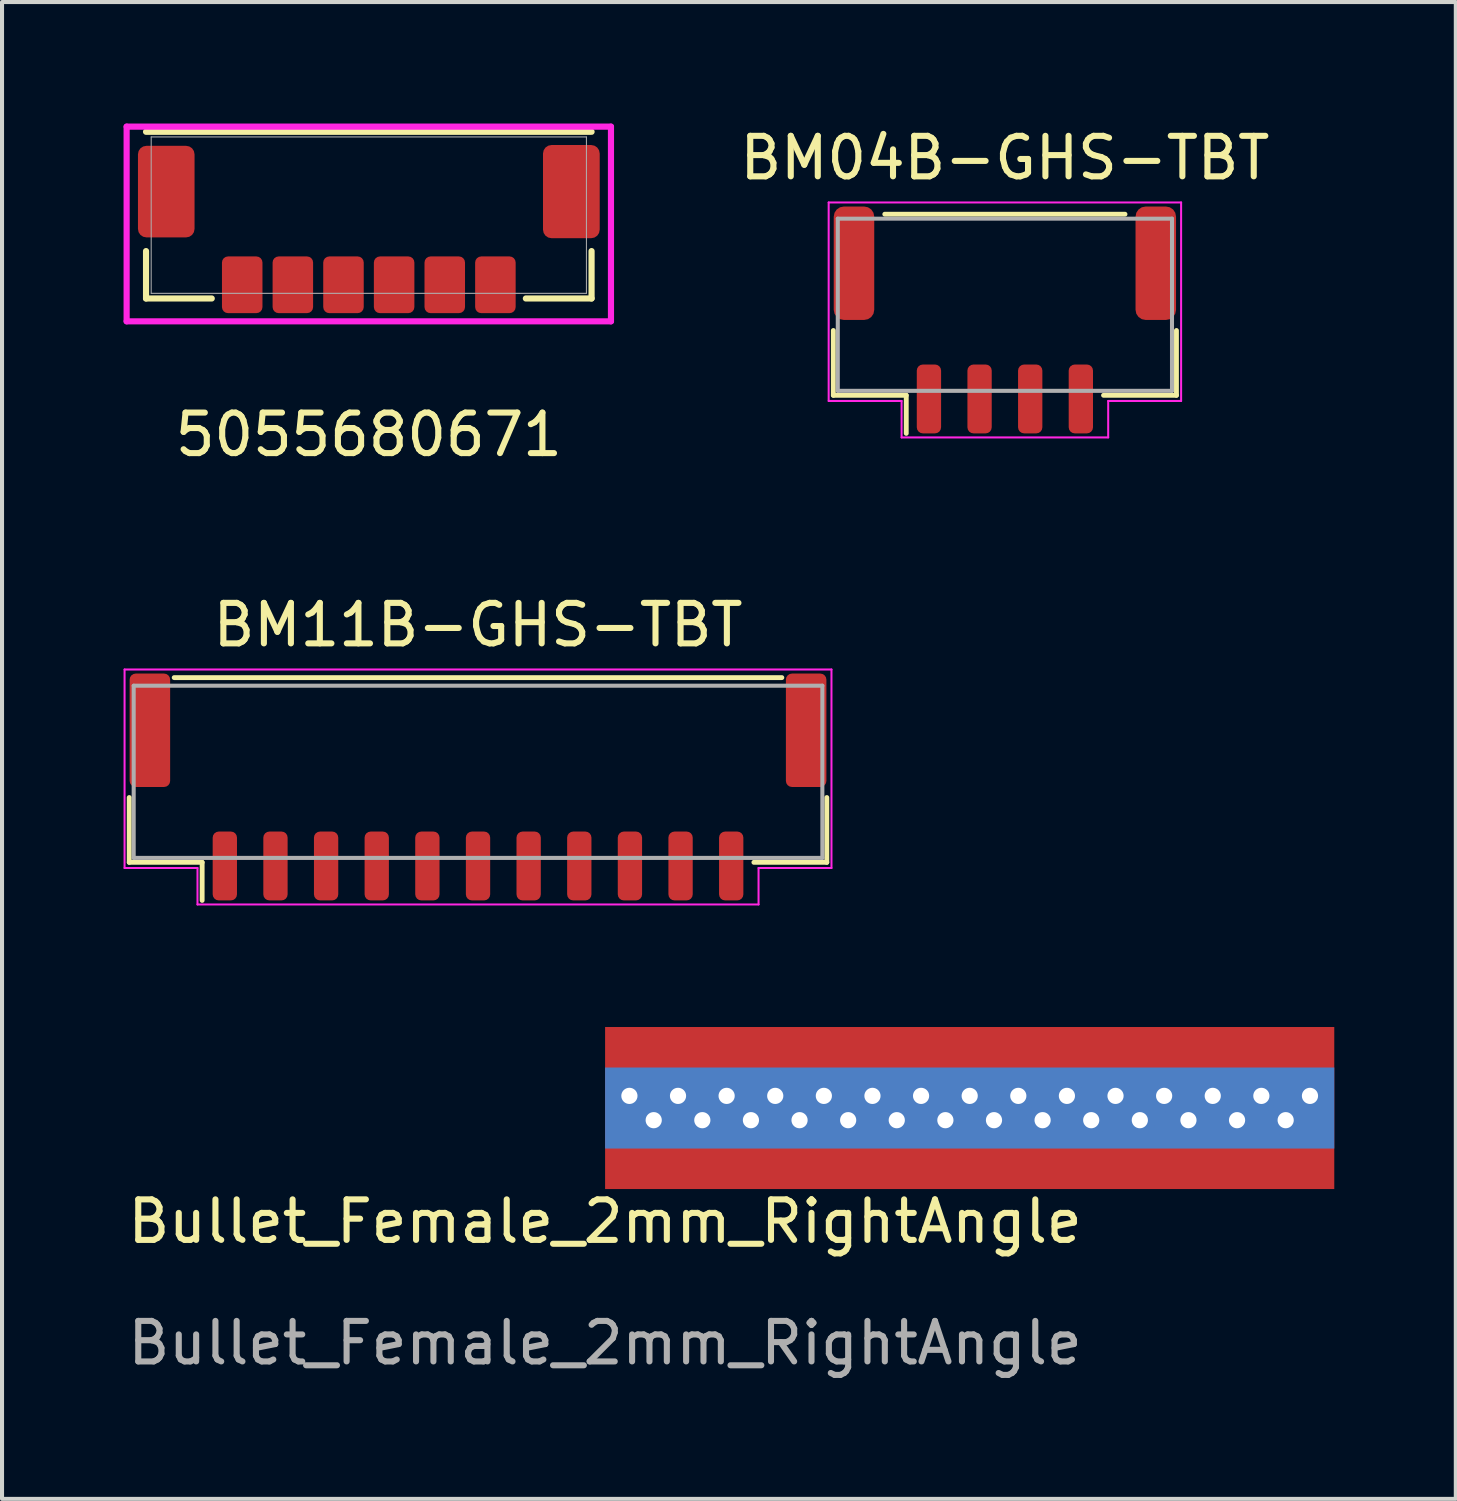
<source format=kicad_pcb>
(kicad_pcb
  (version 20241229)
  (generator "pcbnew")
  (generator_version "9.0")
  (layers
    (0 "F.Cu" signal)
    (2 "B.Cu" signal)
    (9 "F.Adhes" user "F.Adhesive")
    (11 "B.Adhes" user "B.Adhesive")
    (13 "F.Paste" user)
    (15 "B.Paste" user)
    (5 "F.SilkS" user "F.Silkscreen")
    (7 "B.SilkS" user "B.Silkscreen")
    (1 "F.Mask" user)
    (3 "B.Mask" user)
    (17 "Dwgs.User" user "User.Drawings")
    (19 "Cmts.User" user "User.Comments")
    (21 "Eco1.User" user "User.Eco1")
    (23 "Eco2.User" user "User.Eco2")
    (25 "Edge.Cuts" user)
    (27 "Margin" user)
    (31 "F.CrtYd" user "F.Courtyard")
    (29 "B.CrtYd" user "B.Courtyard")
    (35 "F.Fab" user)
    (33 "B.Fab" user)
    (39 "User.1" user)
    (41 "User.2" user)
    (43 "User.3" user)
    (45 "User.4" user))
  (footprint "Bullet_Female_2mm_RightAngle"
    (layer "F.Cu")
    (at 11.887 24.302)
    (property "Reference" "Bullet_Female_2mm_RightAngle" (at 0 2.8 0) (unlocked yes) (layer "F.SilkS") (effects (font (size 1 1) (thickness 0.15))))
    (attr smd)
    (fp_text user "${REFERENCE}" (at 0 5.8 0) (unlocked yes) (layer "F.Fab") (effects (font (size 1 1) (thickness 0.15))))
    (pad "1" thru_hole circle (at 0.6 -0.3) (size 0.8 0.8) (drill 0.4) (layers "*.Cu"))
    (pad "1" thru_hole circle (at 1.2 0.3) (size 0.8 0.8) (drill 0.4) (layers "*.Cu"))
    (pad "1" thru_hole circle (at 1.8 -0.3) (size 0.8 0.8) (drill 0.4) (layers "*.Cu"))
    (pad "1" thru_hole circle (at 2.4 0.3) (size 0.8 0.8) (drill 0.4) (layers "*.Cu"))
    (pad "1" thru_hole circle (at 3 -0.3) (size 0.8 0.8) (drill 0.4) (layers "*.Cu"))
    (pad "1" thru_hole circle (at 3.6 0.3) (size 0.8 0.8) (drill 0.4) (layers "*.Cu"))
    (pad "1" thru_hole circle (at 4.2 -0.3) (size 0.8 0.8) (drill 0.4) (layers "*.Cu"))
    (pad "1" thru_hole circle (at 4.8 0.3) (size 0.8 0.8) (drill 0.4) (layers "*.Cu"))
    (pad "1" thru_hole circle (at 5.4 -0.3) (size 0.8 0.8) (drill 0.4) (layers "*.Cu"))
    (pad "1" thru_hole circle (at 6 0.3) (size 0.8 0.8) (drill 0.4) (layers "*.Cu"))
    (pad "1" thru_hole circle (at 6.6 -0.3) (size 0.8 0.8) (drill 0.4) (layers "*.Cu"))
    (pad "1" thru_hole circle (at 7.2 0.3) (size 0.8 0.8) (drill 0.4) (layers "*.Cu"))
    (pad "1" thru_hole circle (at 7.8 -0.3) (size 0.8 0.8) (drill 0.4) (layers "*.Cu"))
    (pad "1" thru_hole circle (at 8.4 0.3) (size 0.8 0.8) (drill 0.4) (layers "*.Cu"))
    (pad "1" thru_hole circle (at 9 -0.3) (size 0.8 0.8) (drill 0.4) (layers "*.Cu"))
    (pad "1" smd rect (at 9 0) (size 18 2) (layers "B.Cu"))
    (pad "1" smd rect (at 9 0) (size 18 4) (layers "F.Cu" "F.Mask" "F.Paste"))
    (pad "1" thru_hole circle (at 9.6 0.3) (size 0.8 0.8) (drill 0.4) (layers "*.Cu"))
    (pad "1" thru_hole circle (at 10.2 -0.3) (size 0.8 0.8) (drill 0.4) (layers "*.Cu"))
    (pad "1" thru_hole circle (at 10.8 0.3) (size 0.8 0.8) (drill 0.4) (layers "*.Cu"))
    (pad "1" thru_hole circle (at 11.4 -0.3) (size 0.8 0.8) (drill 0.4) (layers "*.Cu"))
    (pad "1" thru_hole circle (at 12 0.3) (size 0.8 0.8) (drill 0.4) (layers "*.Cu"))
    (pad "1" thru_hole circle (at 12.6 -0.3) (size 0.8 0.8) (drill 0.4) (layers "*.Cu"))
    (pad "1" thru_hole circle (at 13.2 0.3) (size 0.8 0.8) (drill 0.4) (layers "*.Cu"))
    (pad "1" thru_hole circle (at 13.8 -0.3) (size 0.8 0.8) (drill 0.4) (layers "*.Cu"))
    (pad "1" thru_hole circle (at 14.4 0.3) (size 0.8 0.8) (drill 0.4) (layers "*.Cu"))
    (pad "1" thru_hole circle (at 15 -0.3) (size 0.8 0.8) (drill 0.4) (layers "*.Cu"))
    (pad "1" thru_hole circle (at 15.6 0.3) (size 0.8 0.8) (drill 0.4) (layers "*.Cu"))
    (pad "1" thru_hole circle (at 16.2 -0.3) (size 0.8 0.8) (drill 0.4) (layers "*.Cu"))
    (pad "1" thru_hole circle (at 16.8 0.3) (size 0.8 0.8) (drill 0.4) (layers "*.Cu"))
    (pad "1" thru_hole circle (at 17.4 -0.3) (size 0.8 0.8) (drill 0.4) (layers "*.Cu")))
  (footprint "BM04B-GHS-TBT"
    (layer "F.Cu")
    (at 21.756 4.848)
    (property "Reference" "BM04B-GHS-TBT" (at 0 -4 0) (layer "F.SilkS") (effects (font (size 1 1) (thickness 0.15))))
    (attr smd)
    (fp_line (start -4.235 0.26) (end -4.235 1.86) (stroke (width 0.12) (type solid)) (layer "F.SilkS"))
    (fp_line (start -4.235 1.86) (end -2.435 1.86) (stroke (width 0.12) (type solid)) (layer "F.SilkS"))
    (fp_line (start -2.965 -2.61) (end 2.965 -2.61) (stroke (width 0.12) (type solid)) (layer "F.SilkS"))
    (fp_line (start -2.435 1.86) (end -2.435 2.8) (stroke (width 0.12) (type solid)) (layer "F.SilkS"))
    (fp_line (start 4.235 0.26) (end 4.235 1.86) (stroke (width 0.12) (type solid)) (layer "F.SilkS"))
    (fp_line (start 4.235 1.86) (end 2.435 1.86) (stroke (width 0.12) (type solid)) (layer "F.SilkS"))
    (fp_line (start -4.35 -2.9) (end -4.35 2) (stroke (width 0.05) (type solid)) (layer "F.CrtYd"))
    (fp_line (start -4.35 2) (end -2.55 2) (stroke (width 0.05) (type solid)) (layer "F.CrtYd"))
    (fp_line (start -2.55 2) (end -2.55 2.9) (stroke (width 0.05) (type solid)) (layer "F.CrtYd"))
    (fp_line (start -2.55 2.9) (end 2.55 2.9) (stroke (width 0.05) (type solid)) (layer "F.CrtYd"))
    (fp_line (start 2.55 2) (end 4.35 2) (stroke (width 0.05) (type solid)) (layer "F.CrtYd"))
    (fp_line (start 2.55 2.9) (end 2.55 2) (stroke (width 0.05) (type solid)) (layer "F.CrtYd"))
    (fp_line (start 4.35 -2.9) (end -4.35 -2.9) (stroke (width 0.05) (type solid)) (layer "F.CrtYd"))
    (fp_line (start 4.35 2) (end 4.35 -2.9) (stroke (width 0.05) (type solid)) (layer "F.CrtYd"))
    (fp_line (start -4.125 -2.5) (end 4.125 -2.5) (stroke (width 0.1) (type solid)) (layer "F.Fab"))
    (fp_line (start -4.125 1.75) (end -4.125 -2.5) (stroke (width 0.1) (type solid)) (layer "F.Fab"))
    (fp_line (start -4.125 1.75) (end 4.125 1.75) (stroke (width 0.1) (type solid)) (layer "F.Fab"))
    (fp_line (start 4.125 1.75) (end 4.125 -2.5) (stroke (width 0.1) (type solid)) (layer "F.Fab"))
    (pad "1" smd roundrect (at -1.875 1.95) (size 0.6 1.7) (layers "F.Cu" "F.Mask" "F.Paste") (roundrect_rratio 0.25))
    (pad "2" smd roundrect (at -0.625 1.95) (size 0.6 1.7) (layers "F.Cu" "F.Mask" "F.Paste") (roundrect_rratio 0.25))
    (pad "3" smd roundrect (at 0.625 1.95) (size 0.6 1.7) (layers "F.Cu" "F.Mask" "F.Paste") (roundrect_rratio 0.25))
    (pad "4" smd roundrect (at 1.875 1.95) (size 0.6 1.7) (layers "F.Cu" "F.Mask" "F.Paste") (roundrect_rratio 0.25))
    (pad "MP" smd roundrect (at -3.725 -1.4) (size 1 2.8) (layers "F.Cu" "F.Mask" "F.Paste") (roundrect_rratio 0.25))
    (pad "MP" smd roundrect (at 3.725 -1.4) (size 1 2.8) (layers "F.Cu" "F.Mask" "F.Paste") (roundrect_rratio 0.25)))
  (footprint "5055680671"
    (layer "F.Cu")
    (at 6.054 3.98)
    (property "Reference" "5055680671" (at 0 3.7 0) (unlocked yes) (layer "F.SilkS") (effects (font (size 1 1) (thickness 0.15))))
    (attr smd)
    (fp_line (start -5.499 -0.832) (end -5.499 0.338) (stroke (width 0.152) (type solid)) (layer "F.SilkS"))
    (fp_line (start -5.499 0.338) (end -3.877 0.338) (stroke (width 0.152) (type solid)) (layer "F.SilkS"))
    (fp_line (start 3.877 0.338) (end 5.499 0.338) (stroke (width 0.152) (type solid)) (layer "F.SilkS"))
    (fp_line (start 5.499 -3.777) (end -5.499 -3.777) (stroke (width 0.152) (type solid)) (layer "F.SilkS"))
    (fp_line (start 5.499 0.338) (end 5.499 -0.832) (stroke (width 0.152) (type solid)) (layer "F.SilkS"))
    (fp_line (start -5.978 -3.904) (end -5.978 0.902) (stroke (width 0.152) (type solid)) (layer "F.CrtYd"))
    (fp_line (start -5.978 0.902) (end 5.978 0.902) (stroke (width 0.152) (type solid)) (layer "F.CrtYd"))
    (fp_line (start 5.978 -3.904) (end -5.978 -3.904) (stroke (width 0.152) (type solid)) (layer "F.CrtYd"))
    (fp_line (start 5.978 0.902) (end 5.978 -3.904) (stroke (width 0.152) (type solid)) (layer "F.CrtYd"))
    (fp_line (start -5.372 -3.65) (end -5.372 0.211) (stroke (width 0.025) (type solid)) (layer "F.Fab"))
    (fp_line (start -5.372 0.211) (end 5.372 0.211) (stroke (width 0.025) (type solid)) (layer "F.Fab"))
    (fp_line (start 5.372 -3.65) (end -5.372 -3.65) (stroke (width 0.025) (type solid)) (layer "F.Fab"))
    (fp_line (start 5.372 0.211) (end 5.372 -3.65) (stroke (width 0.025) (type solid)) (layer "F.Fab"))
    (pad "1" smd roundrect (at -3.125 0) (size 1 1.4) (layers "F.Cu" "F.Mask" "F.Paste") (roundrect_rratio 0.15))
    (pad "2" smd roundrect (at -1.875 0) (size 1 1.4) (layers "F.Cu" "F.Mask" "F.Paste") (roundrect_rratio 0.15))
    (pad "3" smd roundrect (at -0.625 0) (size 1 1.4) (layers "F.Cu" "F.Mask" "F.Paste") (roundrect_rratio 0.15))
    (pad "4" smd roundrect (at 0.625 0) (size 1 1.4) (layers "F.Cu" "F.Mask" "F.Paste") (roundrect_rratio 0.15))
    (pad "5" smd roundrect (at 1.875 0) (size 1 1.4) (layers "F.Cu" "F.Mask" "F.Paste") (roundrect_rratio 0.15))
    (pad "6" smd roundrect (at 3.125 0) (size 1 1.4) (layers "F.Cu" "F.Mask" "F.Paste") (roundrect_rratio 0.15))
    (pad "MP" smd roundrect (at -5 -2.3) (size 1.397 2.261) (layers "F.Cu" "F.Mask" "F.Paste") (roundrect_rratio 0.15))
    (pad "MP" smd roundrect (at 5 -2.3) (size 1.4 2.3) (layers "F.Cu" "F.Mask" "F.Paste") (roundrect_rratio 0.15)))
  (footprint "BM11B-GHS-TBT"
    (layer "F.Cu")
    (at 8.75 16.377)
    (property "Reference" "BM11B-GHS-TBT" (at 0 -4 0) (layer "F.SilkS") (effects (font (size 1 1) (thickness 0.15))))
    (attr smd)
    (fp_line (start -8.61 0.26) (end -8.61 1.86) (stroke (width 0.12) (type solid)) (layer "F.SilkS"))
    (fp_line (start -8.61 1.86) (end -6.81 1.86) (stroke (width 0.12) (type solid)) (layer "F.SilkS"))
    (fp_line (start -7.5 -2.7) (end 7.5 -2.7) (stroke (width 0.12) (type solid)) (layer "F.SilkS"))
    (fp_line (start -6.81 1.86) (end -6.81 2.8) (stroke (width 0.12) (type solid)) (layer "F.SilkS"))
    (fp_line (start 8.61 0.26) (end 8.61 1.86) (stroke (width 0.12) (type solid)) (layer "F.SilkS"))
    (fp_line (start 8.61 1.86) (end 6.81 1.86) (stroke (width 0.12) (type solid)) (layer "F.SilkS"))
    (fp_line (start -8.725 -2.9) (end -8.725 2) (stroke (width 0.05) (type solid)) (layer "F.CrtYd"))
    (fp_line (start -8.725 2) (end -6.925 2) (stroke (width 0.05) (type solid)) (layer "F.CrtYd"))
    (fp_line (start -6.925 2) (end -6.925 2.9) (stroke (width 0.05) (type solid)) (layer "F.CrtYd"))
    (fp_line (start -6.925 2.9) (end 6.925 2.9) (stroke (width 0.05) (type solid)) (layer "F.CrtYd"))
    (fp_line (start 6.925 2) (end 8.725 2) (stroke (width 0.05) (type solid)) (layer "F.CrtYd"))
    (fp_line (start 6.925 2.9) (end 6.925 2) (stroke (width 0.05) (type solid)) (layer "F.CrtYd"))
    (fp_line (start 8.725 -2.9) (end -8.725 -2.9) (stroke (width 0.05) (type solid)) (layer "F.CrtYd"))
    (fp_line (start 8.725 2) (end 8.725 -2.9) (stroke (width 0.05) (type solid)) (layer "F.CrtYd"))
    (fp_line (start -8.5 -2.5) (end 8.5 -2.5) (stroke (width 0.1) (type solid)) (layer "F.Fab"))
    (fp_line (start -8.5 1.75) (end -8.5 -2.5) (stroke (width 0.1) (type solid)) (layer "F.Fab"))
    (fp_line (start -8.5 1.75) (end 8.5 1.75) (stroke (width 0.1) (type solid)) (layer "F.Fab"))
    (fp_line (start 8.5 1.75) (end 8.5 -2.5) (stroke (width 0.1) (type solid)) (layer "F.Fab"))
    (pad "1" smd roundrect (at -6.25 1.95 180) (size 0.6 1.7) (layers "F.Cu" "F.Mask" "F.Paste") (roundrect_rratio 0.25))
    (pad "2" smd roundrect (at -5 1.95 180) (size 0.6 1.7) (layers "F.Cu" "F.Mask" "F.Paste") (roundrect_rratio 0.25))
    (pad "3" smd roundrect (at -3.75 1.95 180) (size 0.6 1.7) (layers "F.Cu" "F.Mask" "F.Paste") (roundrect_rratio 0.25))
    (pad "4" smd roundrect (at -2.5 1.95 180) (size 0.6 1.7) (layers "F.Cu" "F.Mask" "F.Paste") (roundrect_rratio 0.25))
    (pad "5" smd roundrect (at -1.25 1.95 180) (size 0.6 1.7) (layers "F.Cu" "F.Mask" "F.Paste") (roundrect_rratio 0.25))
    (pad "6" smd roundrect (at 0 1.95 180) (size 0.6 1.7) (layers "F.Cu" "F.Mask" "F.Paste") (roundrect_rratio 0.25))
    (pad "7" smd roundrect (at 1.25 1.95 180) (size 0.6 1.7) (layers "F.Cu" "F.Mask" "F.Paste") (roundrect_rratio 0.25))
    (pad "8" smd roundrect (at 2.5 1.95 180) (size 0.6 1.7) (layers "F.Cu" "F.Mask" "F.Paste") (roundrect_rratio 0.25))
    (pad "9" smd roundrect (at 3.75 1.95 180) (size 0.6 1.7) (layers "F.Cu" "F.Mask" "F.Paste") (roundrect_rratio 0.25))
    (pad "10" smd roundrect (at 5 1.95 180) (size 0.6 1.7) (layers "F.Cu" "F.Mask" "F.Paste") (roundrect_rratio 0.25))
    (pad "11" smd roundrect (at 6.25 1.95 180) (size 0.6 1.7) (layers "F.Cu" "F.Mask" "F.Paste") (roundrect_rratio 0.25))
    (pad "MP" smd roundrect (at -8.1 -1.4) (size 1 2.8) (layers "F.Cu" "F.Mask" "F.Paste") (roundrect_rratio 0.15))
    (pad "MP" smd roundrect (at 8.1 -1.4) (size 1 2.8) (layers "F.Cu" "F.Mask" "F.Paste") (roundrect_rratio 0.15)))
  (gr_rect
    (start -3 -3)
    (end 32.887 33.95)
    (stroke (width 0.1) (type default))
    (fill no)
    (layer "Edge.Cuts")))
</source>
